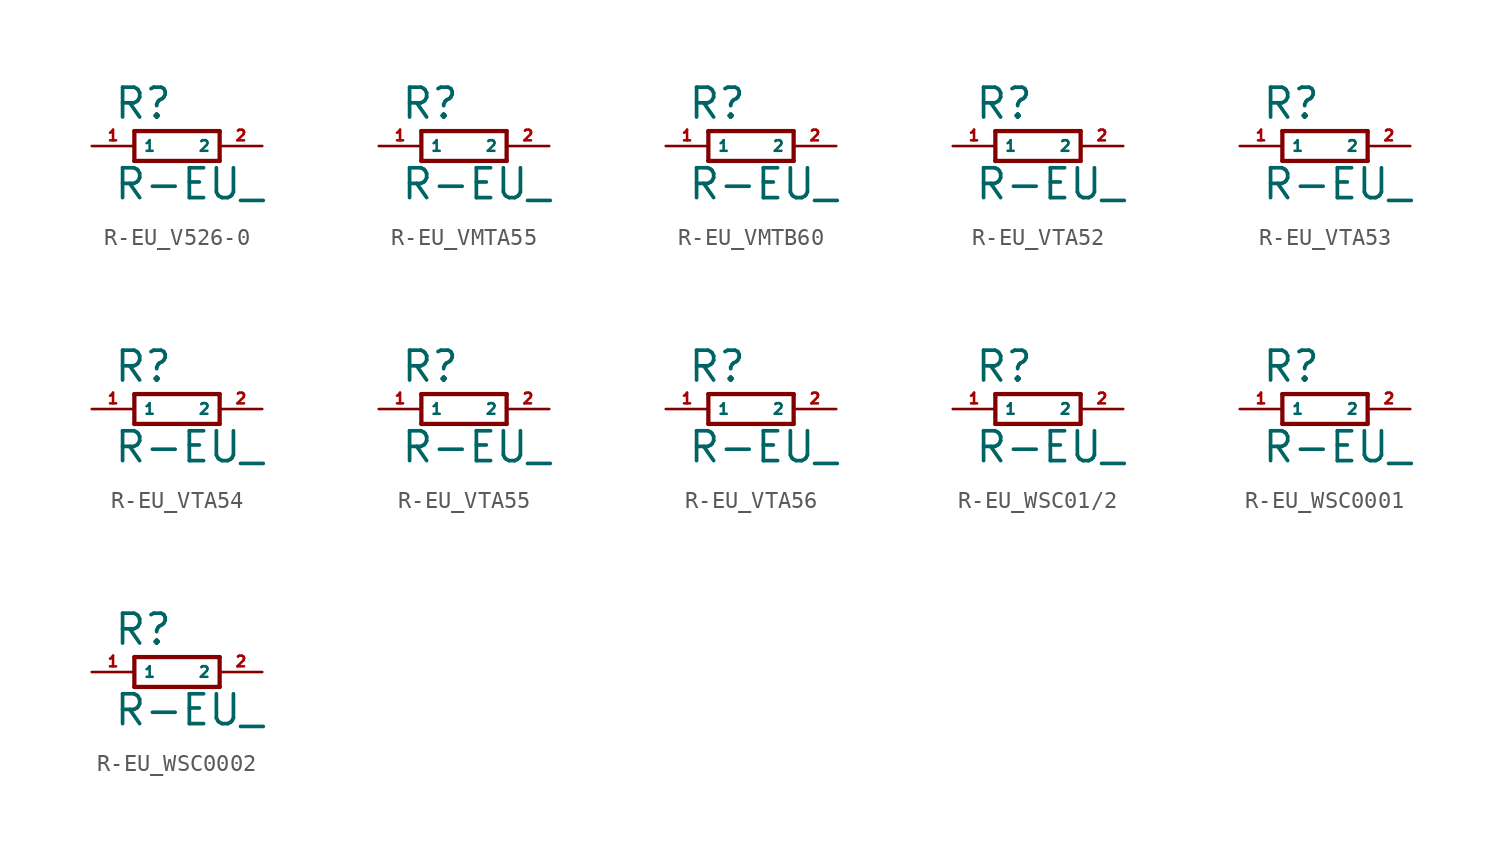
<source format=kicad_sym>
(kicad_symbol_lib
  (version 20220914)
  (generator Eagle2Kicad)
  (symbol "R-EU_V526-0"
    (property "Reference" "R"
      (at -3.81 1.499 0)
      (effects (font (size 1.778 1.778) (thickness 0.22)) (justify left bottom)))
    (property "Value" "R-EU_"
      (at -3.81 -3.302 0)
      (effects (font (size 1.778 1.778) (thickness 0.22)) (justify left bottom)))
    (polyline
      (pts (xy -2.54 -0.889) (xy 2.54 -0.889))
      (stroke (width 0.254) (type default))
      (fill (type none)))
    (polyline
      (pts (xy 2.54 0.889) (xy -2.54 0.889))
      (stroke (width 0.254) (type default))
      (fill (type none)))
    (polyline
      (pts (xy 2.54 -0.889) (xy 2.54 0.889))
      (stroke (width 0.254) (type default))
      (fill (type none)))
    (polyline
      (pts (xy -2.54 -0.889) (xy -2.54 0.889))
      (stroke (width 0.254) (type default))
      (fill (type none)))
    (pin passive line
      (at 5.08 0 180)
      (length 2.54)
      (name "2" (effects (font (size 0.635 0.635) (thickness 0.08)) (justify left bottom)))
      (number "2" (effects (font (size 0.635 0.635) (thickness 0.08)) (justify left bottom))))
    (pin passive line
      (at -5.08 0 0)
      (length 2.54)
      (name "1" (effects (font (size 0.635 0.635) (thickness 0.08)) (justify left bottom)))
      (number "1" (effects (font (size 0.635 0.635) (thickness 0.08)) (justify left bottom)))))
  (symbol "R-EU_VMTA55"
    (property "Reference" "R"
      (at -3.81 1.499 0)
      (effects (font (size 1.778 1.778) (thickness 0.22)) (justify left bottom)))
    (property "Value" "R-EU_"
      (at -3.81 -3.302 0)
      (effects (font (size 1.778 1.778) (thickness 0.22)) (justify left bottom)))
    (polyline
      (pts (xy -2.54 -0.889) (xy 2.54 -0.889))
      (stroke (width 0.254) (type default))
      (fill (type none)))
    (polyline
      (pts (xy 2.54 0.889) (xy -2.54 0.889))
      (stroke (width 0.254) (type default))
      (fill (type none)))
    (polyline
      (pts (xy 2.54 -0.889) (xy 2.54 0.889))
      (stroke (width 0.254) (type default))
      (fill (type none)))
    (polyline
      (pts (xy -2.54 -0.889) (xy -2.54 0.889))
      (stroke (width 0.254) (type default))
      (fill (type none)))
    (pin passive line
      (at 5.08 0 180)
      (length 2.54)
      (name "2" (effects (font (size 0.635 0.635) (thickness 0.08)) (justify left bottom)))
      (number "2" (effects (font (size 0.635 0.635) (thickness 0.08)) (justify left bottom))))
    (pin passive line
      (at -5.08 0 0)
      (length 2.54)
      (name "1" (effects (font (size 0.635 0.635) (thickness 0.08)) (justify left bottom)))
      (number "1" (effects (font (size 0.635 0.635) (thickness 0.08)) (justify left bottom)))))
  (symbol "R-EU_VMTB60"
    (property "Reference" "R"
      (at -3.81 1.499 0)
      (effects (font (size 1.778 1.778) (thickness 0.22)) (justify left bottom)))
    (property "Value" "R-EU_"
      (at -3.81 -3.302 0)
      (effects (font (size 1.778 1.778) (thickness 0.22)) (justify left bottom)))
    (polyline
      (pts (xy -2.54 -0.889) (xy 2.54 -0.889))
      (stroke (width 0.254) (type default))
      (fill (type none)))
    (polyline
      (pts (xy 2.54 0.889) (xy -2.54 0.889))
      (stroke (width 0.254) (type default))
      (fill (type none)))
    (polyline
      (pts (xy 2.54 -0.889) (xy 2.54 0.889))
      (stroke (width 0.254) (type default))
      (fill (type none)))
    (polyline
      (pts (xy -2.54 -0.889) (xy -2.54 0.889))
      (stroke (width 0.254) (type default))
      (fill (type none)))
    (pin passive line
      (at 5.08 0 180)
      (length 2.54)
      (name "2" (effects (font (size 0.635 0.635) (thickness 0.08)) (justify left bottom)))
      (number "2" (effects (font (size 0.635 0.635) (thickness 0.08)) (justify left bottom))))
    (pin passive line
      (at -5.08 0 0)
      (length 2.54)
      (name "1" (effects (font (size 0.635 0.635) (thickness 0.08)) (justify left bottom)))
      (number "1" (effects (font (size 0.635 0.635) (thickness 0.08)) (justify left bottom)))))
  (symbol "R-EU_VTA52"
    (property "Reference" "R"
      (at -3.81 1.499 0)
      (effects (font (size 1.778 1.778) (thickness 0.22)) (justify left bottom)))
    (property "Value" "R-EU_"
      (at -3.81 -3.302 0)
      (effects (font (size 1.778 1.778) (thickness 0.22)) (justify left bottom)))
    (polyline
      (pts (xy -2.54 -0.889) (xy 2.54 -0.889))
      (stroke (width 0.254) (type default))
      (fill (type none)))
    (polyline
      (pts (xy 2.54 0.889) (xy -2.54 0.889))
      (stroke (width 0.254) (type default))
      (fill (type none)))
    (polyline
      (pts (xy 2.54 -0.889) (xy 2.54 0.889))
      (stroke (width 0.254) (type default))
      (fill (type none)))
    (polyline
      (pts (xy -2.54 -0.889) (xy -2.54 0.889))
      (stroke (width 0.254) (type default))
      (fill (type none)))
    (pin passive line
      (at 5.08 0 180)
      (length 2.54)
      (name "2" (effects (font (size 0.635 0.635) (thickness 0.08)) (justify left bottom)))
      (number "2" (effects (font (size 0.635 0.635) (thickness 0.08)) (justify left bottom))))
    (pin passive line
      (at -5.08 0 0)
      (length 2.54)
      (name "1" (effects (font (size 0.635 0.635) (thickness 0.08)) (justify left bottom)))
      (number "1" (effects (font (size 0.635 0.635) (thickness 0.08)) (justify left bottom)))))
  (symbol "R-EU_VTA53"
    (property "Reference" "R"
      (at -3.81 1.499 0)
      (effects (font (size 1.778 1.778) (thickness 0.22)) (justify left bottom)))
    (property "Value" "R-EU_"
      (at -3.81 -3.302 0)
      (effects (font (size 1.778 1.778) (thickness 0.22)) (justify left bottom)))
    (polyline
      (pts (xy -2.54 -0.889) (xy 2.54 -0.889))
      (stroke (width 0.254) (type default))
      (fill (type none)))
    (polyline
      (pts (xy 2.54 0.889) (xy -2.54 0.889))
      (stroke (width 0.254) (type default))
      (fill (type none)))
    (polyline
      (pts (xy 2.54 -0.889) (xy 2.54 0.889))
      (stroke (width 0.254) (type default))
      (fill (type none)))
    (polyline
      (pts (xy -2.54 -0.889) (xy -2.54 0.889))
      (stroke (width 0.254) (type default))
      (fill (type none)))
    (pin passive line
      (at 5.08 0 180)
      (length 2.54)
      (name "2" (effects (font (size 0.635 0.635) (thickness 0.08)) (justify left bottom)))
      (number "2" (effects (font (size 0.635 0.635) (thickness 0.08)) (justify left bottom))))
    (pin passive line
      (at -5.08 0 0)
      (length 2.54)
      (name "1" (effects (font (size 0.635 0.635) (thickness 0.08)) (justify left bottom)))
      (number "1" (effects (font (size 0.635 0.635) (thickness 0.08)) (justify left bottom)))))
  (symbol "R-EU_VTA54"
    (property "Reference" "R"
      (at -3.81 1.499 0)
      (effects (font (size 1.778 1.778) (thickness 0.22)) (justify left bottom)))
    (property "Value" "R-EU_"
      (at -3.81 -3.302 0)
      (effects (font (size 1.778 1.778) (thickness 0.22)) (justify left bottom)))
    (polyline
      (pts (xy -2.54 -0.889) (xy 2.54 -0.889))
      (stroke (width 0.254) (type default))
      (fill (type none)))
    (polyline
      (pts (xy 2.54 0.889) (xy -2.54 0.889))
      (stroke (width 0.254) (type default))
      (fill (type none)))
    (polyline
      (pts (xy 2.54 -0.889) (xy 2.54 0.889))
      (stroke (width 0.254) (type default))
      (fill (type none)))
    (polyline
      (pts (xy -2.54 -0.889) (xy -2.54 0.889))
      (stroke (width 0.254) (type default))
      (fill (type none)))
    (pin passive line
      (at 5.08 0 180)
      (length 2.54)
      (name "2" (effects (font (size 0.635 0.635) (thickness 0.08)) (justify left bottom)))
      (number "2" (effects (font (size 0.635 0.635) (thickness 0.08)) (justify left bottom))))
    (pin passive line
      (at -5.08 0 0)
      (length 2.54)
      (name "1" (effects (font (size 0.635 0.635) (thickness 0.08)) (justify left bottom)))
      (number "1" (effects (font (size 0.635 0.635) (thickness 0.08)) (justify left bottom)))))
  (symbol "R-EU_VTA55"
    (property "Reference" "R"
      (at -3.81 1.499 0)
      (effects (font (size 1.778 1.778) (thickness 0.22)) (justify left bottom)))
    (property "Value" "R-EU_"
      (at -3.81 -3.302 0)
      (effects (font (size 1.778 1.778) (thickness 0.22)) (justify left bottom)))
    (polyline
      (pts (xy -2.54 -0.889) (xy 2.54 -0.889))
      (stroke (width 0.254) (type default))
      (fill (type none)))
    (polyline
      (pts (xy 2.54 0.889) (xy -2.54 0.889))
      (stroke (width 0.254) (type default))
      (fill (type none)))
    (polyline
      (pts (xy 2.54 -0.889) (xy 2.54 0.889))
      (stroke (width 0.254) (type default))
      (fill (type none)))
    (polyline
      (pts (xy -2.54 -0.889) (xy -2.54 0.889))
      (stroke (width 0.254) (type default))
      (fill (type none)))
    (pin passive line
      (at 5.08 0 180)
      (length 2.54)
      (name "2" (effects (font (size 0.635 0.635) (thickness 0.08)) (justify left bottom)))
      (number "2" (effects (font (size 0.635 0.635) (thickness 0.08)) (justify left bottom))))
    (pin passive line
      (at -5.08 0 0)
      (length 2.54)
      (name "1" (effects (font (size 0.635 0.635) (thickness 0.08)) (justify left bottom)))
      (number "1" (effects (font (size 0.635 0.635) (thickness 0.08)) (justify left bottom)))))
  (symbol "R-EU_VTA56"
    (property "Reference" "R"
      (at -3.81 1.499 0)
      (effects (font (size 1.778 1.778) (thickness 0.22)) (justify left bottom)))
    (property "Value" "R-EU_"
      (at -3.81 -3.302 0)
      (effects (font (size 1.778 1.778) (thickness 0.22)) (justify left bottom)))
    (polyline
      (pts (xy -2.54 -0.889) (xy 2.54 -0.889))
      (stroke (width 0.254) (type default))
      (fill (type none)))
    (polyline
      (pts (xy 2.54 0.889) (xy -2.54 0.889))
      (stroke (width 0.254) (type default))
      (fill (type none)))
    (polyline
      (pts (xy 2.54 -0.889) (xy 2.54 0.889))
      (stroke (width 0.254) (type default))
      (fill (type none)))
    (polyline
      (pts (xy -2.54 -0.889) (xy -2.54 0.889))
      (stroke (width 0.254) (type default))
      (fill (type none)))
    (pin passive line
      (at 5.08 0 180)
      (length 2.54)
      (name "2" (effects (font (size 0.635 0.635) (thickness 0.08)) (justify left bottom)))
      (number "2" (effects (font (size 0.635 0.635) (thickness 0.08)) (justify left bottom))))
    (pin passive line
      (at -5.08 0 0)
      (length 2.54)
      (name "1" (effects (font (size 0.635 0.635) (thickness 0.08)) (justify left bottom)))
      (number "1" (effects (font (size 0.635 0.635) (thickness 0.08)) (justify left bottom)))))
  (symbol "R-EU_WSC01/2"
    (property "Reference" "R"
      (at -3.81 1.499 0)
      (effects (font (size 1.778 1.778) (thickness 0.22)) (justify left bottom)))
    (property "Value" "R-EU_"
      (at -3.81 -3.302 0)
      (effects (font (size 1.778 1.778) (thickness 0.22)) (justify left bottom)))
    (polyline
      (pts (xy -2.54 -0.889) (xy 2.54 -0.889))
      (stroke (width 0.254) (type default))
      (fill (type none)))
    (polyline
      (pts (xy 2.54 0.889) (xy -2.54 0.889))
      (stroke (width 0.254) (type default))
      (fill (type none)))
    (polyline
      (pts (xy 2.54 -0.889) (xy 2.54 0.889))
      (stroke (width 0.254) (type default))
      (fill (type none)))
    (polyline
      (pts (xy -2.54 -0.889) (xy -2.54 0.889))
      (stroke (width 0.254) (type default))
      (fill (type none)))
    (pin passive line
      (at 5.08 0 180)
      (length 2.54)
      (name "2" (effects (font (size 0.635 0.635) (thickness 0.08)) (justify left bottom)))
      (number "2" (effects (font (size 0.635 0.635) (thickness 0.08)) (justify left bottom))))
    (pin passive line
      (at -5.08 0 0)
      (length 2.54)
      (name "1" (effects (font (size 0.635 0.635) (thickness 0.08)) (justify left bottom)))
      (number "1" (effects (font (size 0.635 0.635) (thickness 0.08)) (justify left bottom)))))
  (symbol "R-EU_WSC0001"
    (property "Reference" "R"
      (at -3.81 1.499 0)
      (effects (font (size 1.778 1.778) (thickness 0.22)) (justify left bottom)))
    (property "Value" "R-EU_"
      (at -3.81 -3.302 0)
      (effects (font (size 1.778 1.778) (thickness 0.22)) (justify left bottom)))
    (polyline
      (pts (xy -2.54 -0.889) (xy 2.54 -0.889))
      (stroke (width 0.254) (type default))
      (fill (type none)))
    (polyline
      (pts (xy 2.54 0.889) (xy -2.54 0.889))
      (stroke (width 0.254) (type default))
      (fill (type none)))
    (polyline
      (pts (xy 2.54 -0.889) (xy 2.54 0.889))
      (stroke (width 0.254) (type default))
      (fill (type none)))
    (polyline
      (pts (xy -2.54 -0.889) (xy -2.54 0.889))
      (stroke (width 0.254) (type default))
      (fill (type none)))
    (pin passive line
      (at 5.08 0 180)
      (length 2.54)
      (name "2" (effects (font (size 0.635 0.635) (thickness 0.08)) (justify left bottom)))
      (number "2" (effects (font (size 0.635 0.635) (thickness 0.08)) (justify left bottom))))
    (pin passive line
      (at -5.08 0 0)
      (length 2.54)
      (name "1" (effects (font (size 0.635 0.635) (thickness 0.08)) (justify left bottom)))
      (number "1" (effects (font (size 0.635 0.635) (thickness 0.08)) (justify left bottom)))))
  (symbol "R-EU_WSC0002"
    (property "Reference" "R"
      (at -3.81 1.499 0)
      (effects (font (size 1.778 1.778) (thickness 0.22)) (justify left bottom)))
    (property "Value" "R-EU_"
      (at -3.81 -3.302 0)
      (effects (font (size 1.778 1.778) (thickness 0.22)) (justify left bottom)))
    (polyline
      (pts (xy -2.54 -0.889) (xy 2.54 -0.889))
      (stroke (width 0.254) (type default))
      (fill (type none)))
    (polyline
      (pts (xy 2.54 0.889) (xy -2.54 0.889))
      (stroke (width 0.254) (type default))
      (fill (type none)))
    (polyline
      (pts (xy 2.54 -0.889) (xy 2.54 0.889))
      (stroke (width 0.254) (type default))
      (fill (type none)))
    (polyline
      (pts (xy -2.54 -0.889) (xy -2.54 0.889))
      (stroke (width 0.254) (type default))
      (fill (type none)))
    (pin passive line
      (at 5.08 0 180)
      (length 2.54)
      (name "2" (effects (font (size 0.635 0.635) (thickness 0.08)) (justify left bottom)))
      (number "2" (effects (font (size 0.635 0.635) (thickness 0.08)) (justify left bottom))))
    (pin passive line
      (at -5.08 0 0)
      (length 2.54)
      (name "1" (effects (font (size 0.635 0.635) (thickness 0.08)) (justify left bottom)))
      (number "1" (effects (font (size 0.635 0.635) (thickness 0.08)) (justify left bottom))))))
</source>
